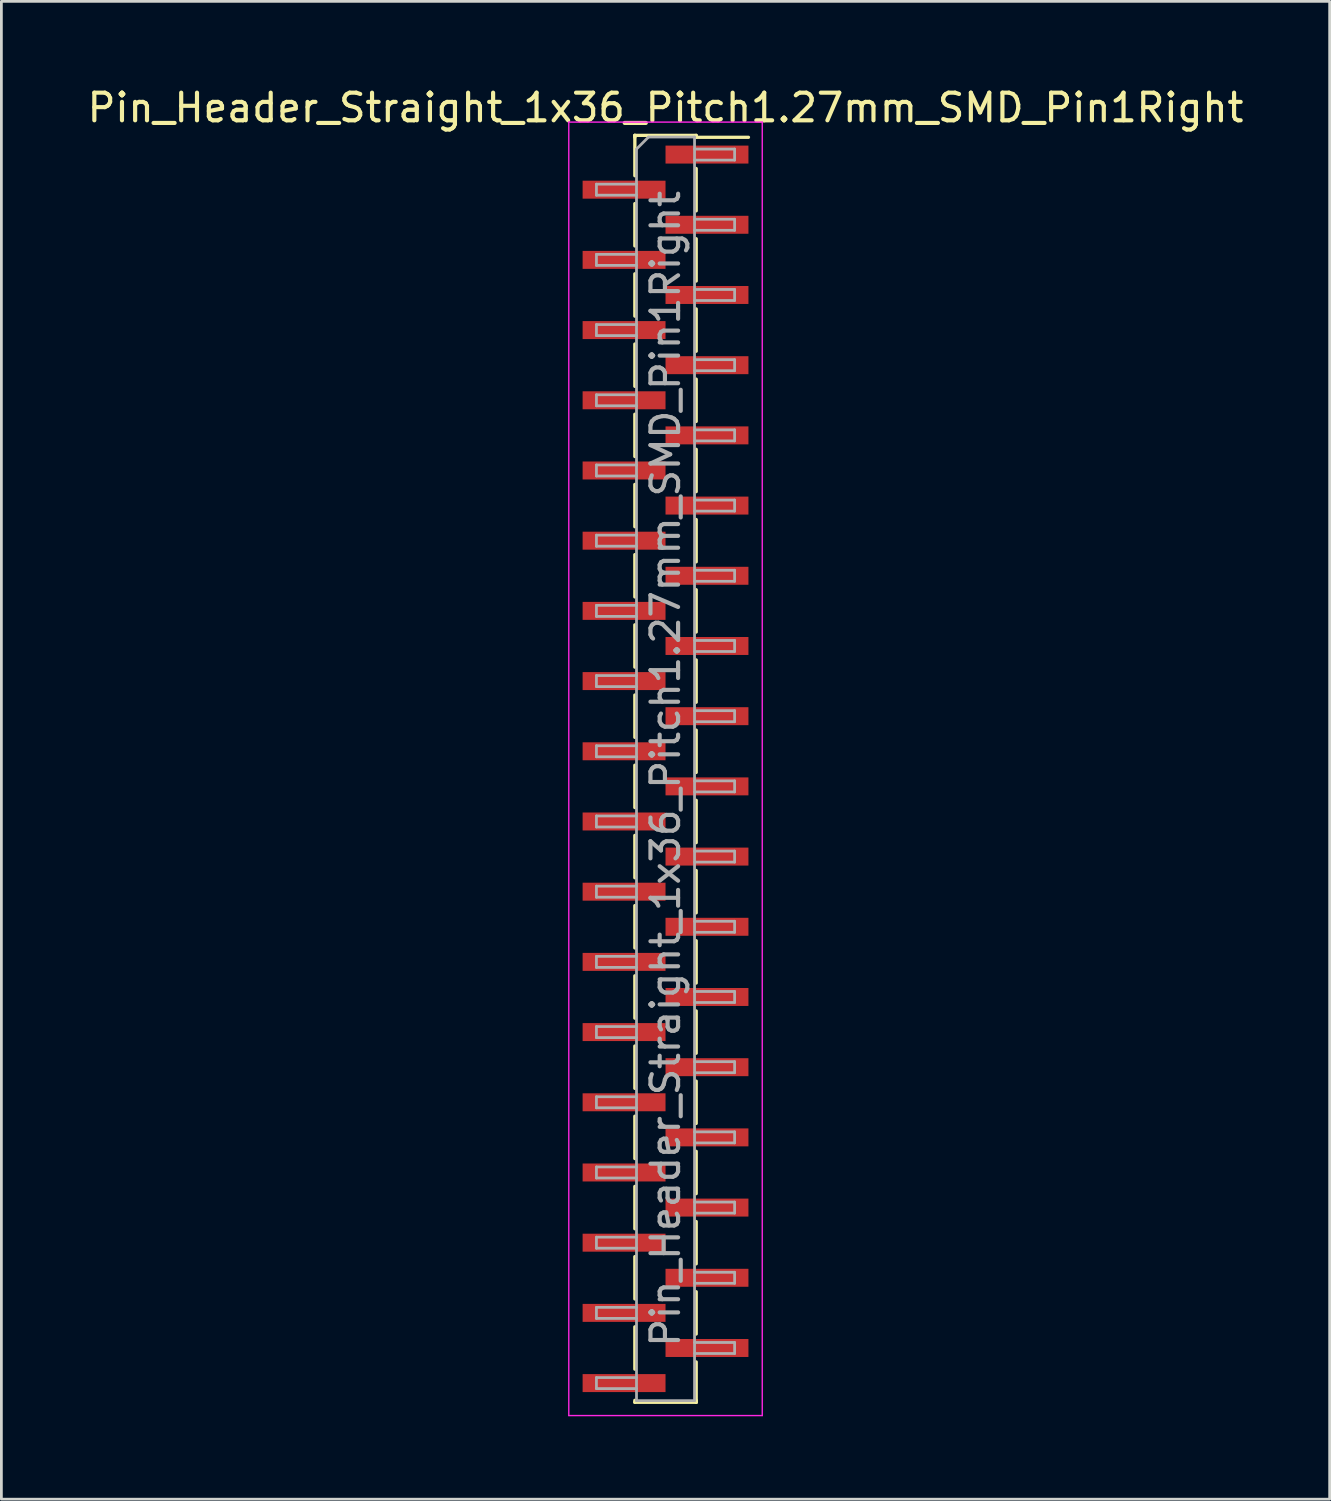
<source format=kicad_pcb>
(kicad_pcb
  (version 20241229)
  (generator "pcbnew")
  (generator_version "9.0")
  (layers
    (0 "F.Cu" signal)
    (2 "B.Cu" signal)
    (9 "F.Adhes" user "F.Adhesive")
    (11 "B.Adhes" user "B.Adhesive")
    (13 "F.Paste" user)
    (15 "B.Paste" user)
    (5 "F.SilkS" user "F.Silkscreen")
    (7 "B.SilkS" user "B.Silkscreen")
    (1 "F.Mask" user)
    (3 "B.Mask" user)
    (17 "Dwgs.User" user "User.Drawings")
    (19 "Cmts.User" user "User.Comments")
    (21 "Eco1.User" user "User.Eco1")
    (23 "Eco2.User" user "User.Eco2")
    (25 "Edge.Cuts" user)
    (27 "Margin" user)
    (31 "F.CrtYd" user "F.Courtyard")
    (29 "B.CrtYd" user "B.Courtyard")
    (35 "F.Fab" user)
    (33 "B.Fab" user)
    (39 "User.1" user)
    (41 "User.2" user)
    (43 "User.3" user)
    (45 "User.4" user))
  (footprint "Pin_Header_Straight_1x36_Pitch1.27mm_SMD_Pin1Right"
    (layer "F.Cu")
    (at 21.03 24.768)
    (property "Reference" "Pin_Header_Straight_1x36_Pitch1.27mm_SMD_Pin1Right" (at 0 -23.92 0) (layer "F.SilkS") (effects (font (size 1 1) (thickness 0.15))))
    (attr smd)
    (fp_line (start -1.11 -22.92) (end -1.11 -21.46) (stroke (width 0.12) (type solid)) (layer "F.SilkS"))
    (fp_line (start -1.11 -22.92) (end 1.11 -22.92) (stroke (width 0.12) (type solid)) (layer "F.SilkS"))
    (fp_line (start -1.11 -22.85) (end -1.11 -22.92) (stroke (width 0.12) (type solid)) (layer "F.SilkS"))
    (fp_line (start -1.11 -20.45) (end -1.11 -18.92) (stroke (width 0.12) (type solid)) (layer "F.SilkS"))
    (fp_line (start -1.11 -17.91) (end -1.11 -16.38) (stroke (width 0.12) (type solid)) (layer "F.SilkS"))
    (fp_line (start -1.11 -15.37) (end -1.11 -13.84) (stroke (width 0.12) (type solid)) (layer "F.SilkS"))
    (fp_line (start -1.11 -12.83) (end -1.11 -11.3) (stroke (width 0.12) (type solid)) (layer "F.SilkS"))
    (fp_line (start -1.11 -10.29) (end -1.11 -8.76) (stroke (width 0.12) (type solid)) (layer "F.SilkS"))
    (fp_line (start -1.11 -7.75) (end -1.11 -6.22) (stroke (width 0.12) (type solid)) (layer "F.SilkS"))
    (fp_line (start -1.11 -5.21) (end -1.11 -3.68) (stroke (width 0.12) (type solid)) (layer "F.SilkS"))
    (fp_line (start -1.11 -2.67) (end -1.11 -1.14) (stroke (width 0.12) (type solid)) (layer "F.SilkS"))
    (fp_line (start -1.11 -0.13) (end -1.11 1.4) (stroke (width 0.12) (type solid)) (layer "F.SilkS"))
    (fp_line (start -1.11 2.41) (end -1.11 3.94) (stroke (width 0.12) (type solid)) (layer "F.SilkS"))
    (fp_line (start -1.11 4.95) (end -1.11 6.48) (stroke (width 0.12) (type solid)) (layer "F.SilkS"))
    (fp_line (start -1.11 7.49) (end -1.11 9.02) (stroke (width 0.12) (type solid)) (layer "F.SilkS"))
    (fp_line (start -1.11 10.03) (end -1.11 11.56) (stroke (width 0.12) (type solid)) (layer "F.SilkS"))
    (fp_line (start -1.11 12.57) (end -1.11 14.1) (stroke (width 0.12) (type solid)) (layer "F.SilkS"))
    (fp_line (start -1.11 15.11) (end -1.11 16.64) (stroke (width 0.12) (type solid)) (layer "F.SilkS"))
    (fp_line (start -1.11 17.65) (end -1.11 19.18) (stroke (width 0.12) (type solid)) (layer "F.SilkS"))
    (fp_line (start -1.11 20.19) (end -1.11 21.72) (stroke (width 0.12) (type solid)) (layer "F.SilkS"))
    (fp_line (start -1.11 22.85) (end -1.11 22.92) (stroke (width 0.12) (type solid)) (layer "F.SilkS"))
    (fp_line (start -1.11 22.92) (end 1.11 22.92) (stroke (width 0.12) (type solid)) (layer "F.SilkS"))
    (fp_line (start 1.11 -22.92) (end 1.11 -22.85) (stroke (width 0.12) (type solid)) (layer "F.SilkS"))
    (fp_line (start 1.11 -22.85) (end 3 -22.85) (stroke (width 0.12) (type solid)) (layer "F.SilkS"))
    (fp_line (start 1.11 -21.72) (end 1.11 -20.19) (stroke (width 0.12) (type solid)) (layer "F.SilkS"))
    (fp_line (start 1.11 -19.18) (end 1.11 -17.65) (stroke (width 0.12) (type solid)) (layer "F.SilkS"))
    (fp_line (start 1.11 -16.64) (end 1.11 -15.11) (stroke (width 0.12) (type solid)) (layer "F.SilkS"))
    (fp_line (start 1.11 -14.1) (end 1.11 -12.57) (stroke (width 0.12) (type solid)) (layer "F.SilkS"))
    (fp_line (start 1.11 -11.56) (end 1.11 -10.03) (stroke (width 0.12) (type solid)) (layer "F.SilkS"))
    (fp_line (start 1.11 -9.02) (end 1.11 -7.49) (stroke (width 0.12) (type solid)) (layer "F.SilkS"))
    (fp_line (start 1.11 -6.48) (end 1.11 -4.95) (stroke (width 0.12) (type solid)) (layer "F.SilkS"))
    (fp_line (start 1.11 -3.94) (end 1.11 -2.41) (stroke (width 0.12) (type solid)) (layer "F.SilkS"))
    (fp_line (start 1.11 -1.4) (end 1.11 0.13) (stroke (width 0.12) (type solid)) (layer "F.SilkS"))
    (fp_line (start 1.11 1.14) (end 1.11 2.67) (stroke (width 0.12) (type solid)) (layer "F.SilkS"))
    (fp_line (start 1.11 3.68) (end 1.11 5.21) (stroke (width 0.12) (type solid)) (layer "F.SilkS"))
    (fp_line (start 1.11 6.22) (end 1.11 7.75) (stroke (width 0.12) (type solid)) (layer "F.SilkS"))
    (fp_line (start 1.11 8.76) (end 1.11 10.29) (stroke (width 0.12) (type solid)) (layer "F.SilkS"))
    (fp_line (start 1.11 11.3) (end 1.11 12.83) (stroke (width 0.12) (type solid)) (layer "F.SilkS"))
    (fp_line (start 1.11 13.84) (end 1.11 15.37) (stroke (width 0.12) (type solid)) (layer "F.SilkS"))
    (fp_line (start 1.11 16.38) (end 1.11 17.91) (stroke (width 0.12) (type solid)) (layer "F.SilkS"))
    (fp_line (start 1.11 18.92) (end 1.11 20.45) (stroke (width 0.12) (type solid)) (layer "F.SilkS"))
    (fp_line (start 1.11 21.46) (end 1.11 22.92) (stroke (width 0.12) (type solid)) (layer "F.SilkS"))
    (fp_line (start 1.11 22.92) (end 1.11 22.85) (stroke (width 0.12) (type solid)) (layer "F.SilkS"))
    (fp_line (start -3.5 -23.4) (end -3.5 23.4) (stroke (width 0.05) (type solid)) (layer "F.CrtYd"))
    (fp_line (start -3.5 23.4) (end 3.5 23.4) (stroke (width 0.05) (type solid)) (layer "F.CrtYd"))
    (fp_line (start 3.5 -23.4) (end -3.5 -23.4) (stroke (width 0.05) (type solid)) (layer "F.CrtYd"))
    (fp_line (start 3.5 23.4) (end 3.5 -23.4) (stroke (width 0.05) (type solid)) (layer "F.CrtYd"))
    (fp_line (start -2.5 -21.155) (end -2.5 -20.755) (stroke (width 0.1) (type solid)) (layer "F.Fab"))
    (fp_line (start -2.5 -20.755) (end -1.05 -20.755) (stroke (width 0.1) (type solid)) (layer "F.Fab"))
    (fp_line (start -2.5 -18.615) (end -2.5 -18.215) (stroke (width 0.1) (type solid)) (layer "F.Fab"))
    (fp_line (start -2.5 -18.215) (end -1.05 -18.215) (stroke (width 0.1) (type solid)) (layer "F.Fab"))
    (fp_line (start -2.5 -16.075) (end -2.5 -15.675) (stroke (width 0.1) (type solid)) (layer "F.Fab"))
    (fp_line (start -2.5 -15.675) (end -1.05 -15.675) (stroke (width 0.1) (type solid)) (layer "F.Fab"))
    (fp_line (start -2.5 -13.535) (end -2.5 -13.135) (stroke (width 0.1) (type solid)) (layer "F.Fab"))
    (fp_line (start -2.5 -13.135) (end -1.05 -13.135) (stroke (width 0.1) (type solid)) (layer "F.Fab"))
    (fp_line (start -2.5 -10.995) (end -2.5 -10.595) (stroke (width 0.1) (type solid)) (layer "F.Fab"))
    (fp_line (start -2.5 -10.595) (end -1.05 -10.595) (stroke (width 0.1) (type solid)) (layer "F.Fab"))
    (fp_line (start -2.5 -8.455) (end -2.5 -8.055) (stroke (width 0.1) (type solid)) (layer "F.Fab"))
    (fp_line (start -2.5 -8.055) (end -1.05 -8.055) (stroke (width 0.1) (type solid)) (layer "F.Fab"))
    (fp_line (start -2.5 -5.915) (end -2.5 -5.515) (stroke (width 0.1) (type solid)) (layer "F.Fab"))
    (fp_line (start -2.5 -5.515) (end -1.05 -5.515) (stroke (width 0.1) (type solid)) (layer "F.Fab"))
    (fp_line (start -2.5 -3.375) (end -2.5 -2.975) (stroke (width 0.1) (type solid)) (layer "F.Fab"))
    (fp_line (start -2.5 -2.975) (end -1.05 -2.975) (stroke (width 0.1) (type solid)) (layer "F.Fab"))
    (fp_line (start -2.5 -0.835) (end -2.5 -0.435) (stroke (width 0.1) (type solid)) (layer "F.Fab"))
    (fp_line (start -2.5 -0.435) (end -1.05 -0.435) (stroke (width 0.1) (type solid)) (layer "F.Fab"))
    (fp_line (start -2.5 1.705) (end -2.5 2.105) (stroke (width 0.1) (type solid)) (layer "F.Fab"))
    (fp_line (start -2.5 2.105) (end -1.05 2.105) (stroke (width 0.1) (type solid)) (layer "F.Fab"))
    (fp_line (start -2.5 4.245) (end -2.5 4.645) (stroke (width 0.1) (type solid)) (layer "F.Fab"))
    (fp_line (start -2.5 4.645) (end -1.05 4.645) (stroke (width 0.1) (type solid)) (layer "F.Fab"))
    (fp_line (start -2.5 6.785) (end -2.5 7.185) (stroke (width 0.1) (type solid)) (layer "F.Fab"))
    (fp_line (start -2.5 7.185) (end -1.05 7.185) (stroke (width 0.1) (type solid)) (layer "F.Fab"))
    (fp_line (start -2.5 9.325) (end -2.5 9.725) (stroke (width 0.1) (type solid)) (layer "F.Fab"))
    (fp_line (start -2.5 9.725) (end -1.05 9.725) (stroke (width 0.1) (type solid)) (layer "F.Fab"))
    (fp_line (start -2.5 11.865) (end -2.5 12.265) (stroke (width 0.1) (type solid)) (layer "F.Fab"))
    (fp_line (start -2.5 12.265) (end -1.05 12.265) (stroke (width 0.1) (type solid)) (layer "F.Fab"))
    (fp_line (start -2.5 14.405) (end -2.5 14.805) (stroke (width 0.1) (type solid)) (layer "F.Fab"))
    (fp_line (start -2.5 14.805) (end -1.05 14.805) (stroke (width 0.1) (type solid)) (layer "F.Fab"))
    (fp_line (start -2.5 16.945) (end -2.5 17.345) (stroke (width 0.1) (type solid)) (layer "F.Fab"))
    (fp_line (start -2.5 17.345) (end -1.05 17.345) (stroke (width 0.1) (type solid)) (layer "F.Fab"))
    (fp_line (start -2.5 19.485) (end -2.5 19.885) (stroke (width 0.1) (type solid)) (layer "F.Fab"))
    (fp_line (start -2.5 19.885) (end -1.05 19.885) (stroke (width 0.1) (type solid)) (layer "F.Fab"))
    (fp_line (start -2.5 22.025) (end -2.5 22.425) (stroke (width 0.1) (type solid)) (layer "F.Fab"))
    (fp_line (start -2.5 22.425) (end -1.05 22.425) (stroke (width 0.1) (type solid)) (layer "F.Fab"))
    (fp_line (start -1.05 -22.425) (end -0.615 -22.86) (stroke (width 0.1) (type solid)) (layer "F.Fab"))
    (fp_line (start -1.05 -21.155) (end -2.5 -21.155) (stroke (width 0.1) (type solid)) (layer "F.Fab"))
    (fp_line (start -1.05 -18.615) (end -2.5 -18.615) (stroke (width 0.1) (type solid)) (layer "F.Fab"))
    (fp_line (start -1.05 -16.075) (end -2.5 -16.075) (stroke (width 0.1) (type solid)) (layer "F.Fab"))
    (fp_line (start -1.05 -13.535) (end -2.5 -13.535) (stroke (width 0.1) (type solid)) (layer "F.Fab"))
    (fp_line (start -1.05 -10.995) (end -2.5 -10.995) (stroke (width 0.1) (type solid)) (layer "F.Fab"))
    (fp_line (start -1.05 -8.455) (end -2.5 -8.455) (stroke (width 0.1) (type solid)) (layer "F.Fab"))
    (fp_line (start -1.05 -5.915) (end -2.5 -5.915) (stroke (width 0.1) (type solid)) (layer "F.Fab"))
    (fp_line (start -1.05 -3.375) (end -2.5 -3.375) (stroke (width 0.1) (type solid)) (layer "F.Fab"))
    (fp_line (start -1.05 -0.835) (end -2.5 -0.835) (stroke (width 0.1) (type solid)) (layer "F.Fab"))
    (fp_line (start -1.05 1.705) (end -2.5 1.705) (stroke (width 0.1) (type solid)) (layer "F.Fab"))
    (fp_line (start -1.05 4.245) (end -2.5 4.245) (stroke (width 0.1) (type solid)) (layer "F.Fab"))
    (fp_line (start -1.05 6.785) (end -2.5 6.785) (stroke (width 0.1) (type solid)) (layer "F.Fab"))
    (fp_line (start -1.05 9.325) (end -2.5 9.325) (stroke (width 0.1) (type solid)) (layer "F.Fab"))
    (fp_line (start -1.05 11.865) (end -2.5 11.865) (stroke (width 0.1) (type solid)) (layer "F.Fab"))
    (fp_line (start -1.05 14.405) (end -2.5 14.405) (stroke (width 0.1) (type solid)) (layer "F.Fab"))
    (fp_line (start -1.05 16.945) (end -2.5 16.945) (stroke (width 0.1) (type solid)) (layer "F.Fab"))
    (fp_line (start -1.05 19.485) (end -2.5 19.485) (stroke (width 0.1) (type solid)) (layer "F.Fab"))
    (fp_line (start -1.05 22.025) (end -2.5 22.025) (stroke (width 0.1) (type solid)) (layer "F.Fab"))
    (fp_line (start -1.05 22.86) (end -1.05 -22.425) (stroke (width 0.1) (type solid)) (layer "F.Fab"))
    (fp_line (start -0.615 -22.86) (end 1.05 -22.86) (stroke (width 0.1) (type solid)) (layer "F.Fab"))
    (fp_line (start 1.05 -22.86) (end 1.05 22.86) (stroke (width 0.1) (type solid)) (layer "F.Fab"))
    (fp_line (start 1.05 -22.425) (end 2.5 -22.425) (stroke (width 0.1) (type solid)) (layer "F.Fab"))
    (fp_line (start 1.05 -19.885) (end 2.5 -19.885) (stroke (width 0.1) (type solid)) (layer "F.Fab"))
    (fp_line (start 1.05 -17.345) (end 2.5 -17.345) (stroke (width 0.1) (type solid)) (layer "F.Fab"))
    (fp_line (start 1.05 -14.805) (end 2.5 -14.805) (stroke (width 0.1) (type solid)) (layer "F.Fab"))
    (fp_line (start 1.05 -12.265) (end 2.5 -12.265) (stroke (width 0.1) (type solid)) (layer "F.Fab"))
    (fp_line (start 1.05 -9.725) (end 2.5 -9.725) (stroke (width 0.1) (type solid)) (layer "F.Fab"))
    (fp_line (start 1.05 -7.185) (end 2.5 -7.185) (stroke (width 0.1) (type solid)) (layer "F.Fab"))
    (fp_line (start 1.05 -4.645) (end 2.5 -4.645) (stroke (width 0.1) (type solid)) (layer "F.Fab"))
    (fp_line (start 1.05 -2.105) (end 2.5 -2.105) (stroke (width 0.1) (type solid)) (layer "F.Fab"))
    (fp_line (start 1.05 0.435) (end 2.5 0.435) (stroke (width 0.1) (type solid)) (layer "F.Fab"))
    (fp_line (start 1.05 2.975) (end 2.5 2.975) (stroke (width 0.1) (type solid)) (layer "F.Fab"))
    (fp_line (start 1.05 5.515) (end 2.5 5.515) (stroke (width 0.1) (type solid)) (layer "F.Fab"))
    (fp_line (start 1.05 8.055) (end 2.5 8.055) (stroke (width 0.1) (type solid)) (layer "F.Fab"))
    (fp_line (start 1.05 10.595) (end 2.5 10.595) (stroke (width 0.1) (type solid)) (layer "F.Fab"))
    (fp_line (start 1.05 13.135) (end 2.5 13.135) (stroke (width 0.1) (type solid)) (layer "F.Fab"))
    (fp_line (start 1.05 15.675) (end 2.5 15.675) (stroke (width 0.1) (type solid)) (layer "F.Fab"))
    (fp_line (start 1.05 18.215) (end 2.5 18.215) (stroke (width 0.1) (type solid)) (layer "F.Fab"))
    (fp_line (start 1.05 20.755) (end 2.5 20.755) (stroke (width 0.1) (type solid)) (layer "F.Fab"))
    (fp_line (start 1.05 22.86) (end -1.05 22.86) (stroke (width 0.1) (type solid)) (layer "F.Fab"))
    (fp_line (start 2.5 -22.425) (end 2.5 -22.025) (stroke (width 0.1) (type solid)) (layer "F.Fab"))
    (fp_line (start 2.5 -22.025) (end 1.05 -22.025) (stroke (width 0.1) (type solid)) (layer "F.Fab"))
    (fp_line (start 2.5 -19.885) (end 2.5 -19.485) (stroke (width 0.1) (type solid)) (layer "F.Fab"))
    (fp_line (start 2.5 -19.485) (end 1.05 -19.485) (stroke (width 0.1) (type solid)) (layer "F.Fab"))
    (fp_line (start 2.5 -17.345) (end 2.5 -16.945) (stroke (width 0.1) (type solid)) (layer "F.Fab"))
    (fp_line (start 2.5 -16.945) (end 1.05 -16.945) (stroke (width 0.1) (type solid)) (layer "F.Fab"))
    (fp_line (start 2.5 -14.805) (end 2.5 -14.405) (stroke (width 0.1) (type solid)) (layer "F.Fab"))
    (fp_line (start 2.5 -14.405) (end 1.05 -14.405) (stroke (width 0.1) (type solid)) (layer "F.Fab"))
    (fp_line (start 2.5 -12.265) (end 2.5 -11.865) (stroke (width 0.1) (type solid)) (layer "F.Fab"))
    (fp_line (start 2.5 -11.865) (end 1.05 -11.865) (stroke (width 0.1) (type solid)) (layer "F.Fab"))
    (fp_line (start 2.5 -9.725) (end 2.5 -9.325) (stroke (width 0.1) (type solid)) (layer "F.Fab"))
    (fp_line (start 2.5 -9.325) (end 1.05 -9.325) (stroke (width 0.1) (type solid)) (layer "F.Fab"))
    (fp_line (start 2.5 -7.185) (end 2.5 -6.785) (stroke (width 0.1) (type solid)) (layer "F.Fab"))
    (fp_line (start 2.5 -6.785) (end 1.05 -6.785) (stroke (width 0.1) (type solid)) (layer "F.Fab"))
    (fp_line (start 2.5 -4.645) (end 2.5 -4.245) (stroke (width 0.1) (type solid)) (layer "F.Fab"))
    (fp_line (start 2.5 -4.245) (end 1.05 -4.245) (stroke (width 0.1) (type solid)) (layer "F.Fab"))
    (fp_line (start 2.5 -2.105) (end 2.5 -1.705) (stroke (width 0.1) (type solid)) (layer "F.Fab"))
    (fp_line (start 2.5 -1.705) (end 1.05 -1.705) (stroke (width 0.1) (type solid)) (layer "F.Fab"))
    (fp_line (start 2.5 0.435) (end 2.5 0.835) (stroke (width 0.1) (type solid)) (layer "F.Fab"))
    (fp_line (start 2.5 0.835) (end 1.05 0.835) (stroke (width 0.1) (type solid)) (layer "F.Fab"))
    (fp_line (start 2.5 2.975) (end 2.5 3.375) (stroke (width 0.1) (type solid)) (layer "F.Fab"))
    (fp_line (start 2.5 3.375) (end 1.05 3.375) (stroke (width 0.1) (type solid)) (layer "F.Fab"))
    (fp_line (start 2.5 5.515) (end 2.5 5.915) (stroke (width 0.1) (type solid)) (layer "F.Fab"))
    (fp_line (start 2.5 5.915) (end 1.05 5.915) (stroke (width 0.1) (type solid)) (layer "F.Fab"))
    (fp_line (start 2.5 8.055) (end 2.5 8.455) (stroke (width 0.1) (type solid)) (layer "F.Fab"))
    (fp_line (start 2.5 8.455) (end 1.05 8.455) (stroke (width 0.1) (type solid)) (layer "F.Fab"))
    (fp_line (start 2.5 10.595) (end 2.5 10.995) (stroke (width 0.1) (type solid)) (layer "F.Fab"))
    (fp_line (start 2.5 10.995) (end 1.05 10.995) (stroke (width 0.1) (type solid)) (layer "F.Fab"))
    (fp_line (start 2.5 13.135) (end 2.5 13.535) (stroke (width 0.1) (type solid)) (layer "F.Fab"))
    (fp_line (start 2.5 13.535) (end 1.05 13.535) (stroke (width 0.1) (type solid)) (layer "F.Fab"))
    (fp_line (start 2.5 15.675) (end 2.5 16.075) (stroke (width 0.1) (type solid)) (layer "F.Fab"))
    (fp_line (start 2.5 16.075) (end 1.05 16.075) (stroke (width 0.1) (type solid)) (layer "F.Fab"))
    (fp_line (start 2.5 18.215) (end 2.5 18.615) (stroke (width 0.1) (type solid)) (layer "F.Fab"))
    (fp_line (start 2.5 18.615) (end 1.05 18.615) (stroke (width 0.1) (type solid)) (layer "F.Fab"))
    (fp_line (start 2.5 20.755) (end 2.5 21.155) (stroke (width 0.1) (type solid)) (layer "F.Fab"))
    (fp_line (start 2.5 21.155) (end 1.05 21.155) (stroke (width 0.1) (type solid)) (layer "F.Fab"))
    (fp_text user "${REFERENCE}" (at 0 0 90) (layer "F.Fab") (effects (font (size 1 1) (thickness 0.15))))
    (pad "1" smd rect (at 1.5 -22.225) (size 3 0.65) (layers "F.Cu" "F.Mask" "F.Paste"))
    (pad "2" smd rect (at -1.5 -20.955) (size 3 0.65) (layers "F.Cu" "F.Mask" "F.Paste"))
    (pad "3" smd rect (at 1.5 -19.685) (size 3 0.65) (layers "F.Cu" "F.Mask" "F.Paste"))
    (pad "4" smd rect (at -1.5 -18.415) (size 3 0.65) (layers "F.Cu" "F.Mask" "F.Paste"))
    (pad "5" smd rect (at 1.5 -17.145) (size 3 0.65) (layers "F.Cu" "F.Mask" "F.Paste"))
    (pad "6" smd rect (at -1.5 -15.875) (size 3 0.65) (layers "F.Cu" "F.Mask" "F.Paste"))
    (pad "7" smd rect (at 1.5 -14.605) (size 3 0.65) (layers "F.Cu" "F.Mask" "F.Paste"))
    (pad "8" smd rect (at -1.5 -13.335) (size 3 0.65) (layers "F.Cu" "F.Mask" "F.Paste"))
    (pad "9" smd rect (at 1.5 -12.065) (size 3 0.65) (layers "F.Cu" "F.Mask" "F.Paste"))
    (pad "10" smd rect (at -1.5 -10.795) (size 3 0.65) (layers "F.Cu" "F.Mask" "F.Paste"))
    (pad "11" smd rect (at 1.5 -9.525) (size 3 0.65) (layers "F.Cu" "F.Mask" "F.Paste"))
    (pad "12" smd rect (at -1.5 -8.255) (size 3 0.65) (layers "F.Cu" "F.Mask" "F.Paste"))
    (pad "13" smd rect (at 1.5 -6.985) (size 3 0.65) (layers "F.Cu" "F.Mask" "F.Paste"))
    (pad "14" smd rect (at -1.5 -5.715) (size 3 0.65) (layers "F.Cu" "F.Mask" "F.Paste"))
    (pad "15" smd rect (at 1.5 -4.445) (size 3 0.65) (layers "F.Cu" "F.Mask" "F.Paste"))
    (pad "16" smd rect (at -1.5 -3.175) (size 3 0.65) (layers "F.Cu" "F.Mask" "F.Paste"))
    (pad "17" smd rect (at 1.5 -1.905) (size 3 0.65) (layers "F.Cu" "F.Mask" "F.Paste"))
    (pad "18" smd rect (at -1.5 -0.635) (size 3 0.65) (layers "F.Cu" "F.Mask" "F.Paste"))
    (pad "19" smd rect (at 1.5 0.635) (size 3 0.65) (layers "F.Cu" "F.Mask" "F.Paste"))
    (pad "20" smd rect (at -1.5 1.905) (size 3 0.65) (layers "F.Cu" "F.Mask" "F.Paste"))
    (pad "21" smd rect (at 1.5 3.175) (size 3 0.65) (layers "F.Cu" "F.Mask" "F.Paste"))
    (pad "22" smd rect (at -1.5 4.445) (size 3 0.65) (layers "F.Cu" "F.Mask" "F.Paste"))
    (pad "23" smd rect (at 1.5 5.715) (size 3 0.65) (layers "F.Cu" "F.Mask" "F.Paste"))
    (pad "24" smd rect (at -1.5 6.985) (size 3 0.65) (layers "F.Cu" "F.Mask" "F.Paste"))
    (pad "25" smd rect (at 1.5 8.255) (size 3 0.65) (layers "F.Cu" "F.Mask" "F.Paste"))
    (pad "26" smd rect (at -1.5 9.525) (size 3 0.65) (layers "F.Cu" "F.Mask" "F.Paste"))
    (pad "27" smd rect (at 1.5 10.795) (size 3 0.65) (layers "F.Cu" "F.Mask" "F.Paste"))
    (pad "28" smd rect (at -1.5 12.065) (size 3 0.65) (layers "F.Cu" "F.Mask" "F.Paste"))
    (pad "29" smd rect (at 1.5 13.335) (size 3 0.65) (layers "F.Cu" "F.Mask" "F.Paste"))
    (pad "30" smd rect (at -1.5 14.605) (size 3 0.65) (layers "F.Cu" "F.Mask" "F.Paste"))
    (pad "31" smd rect (at 1.5 15.875) (size 3 0.65) (layers "F.Cu" "F.Mask" "F.Paste"))
    (pad "32" smd rect (at -1.5 17.145) (size 3 0.65) (layers "F.Cu" "F.Mask" "F.Paste"))
    (pad "33" smd rect (at 1.5 18.415) (size 3 0.65) (layers "F.Cu" "F.Mask" "F.Paste"))
    (pad "34" smd rect (at -1.5 19.685) (size 3 0.65) (layers "F.Cu" "F.Mask" "F.Paste"))
    (pad "35" smd rect (at 1.5 20.955) (size 3 0.65) (layers "F.Cu" "F.Mask" "F.Paste"))
    (pad "36" smd rect (at -1.5 22.225) (size 3 0.65) (layers "F.Cu" "F.Mask" "F.Paste")))
  (gr_rect
    (start -3 -3)
    (end 45.06 51.193)
    (stroke (width 0.1) (type default))
    (fill no)
    (layer "Edge.Cuts")))
</source>
